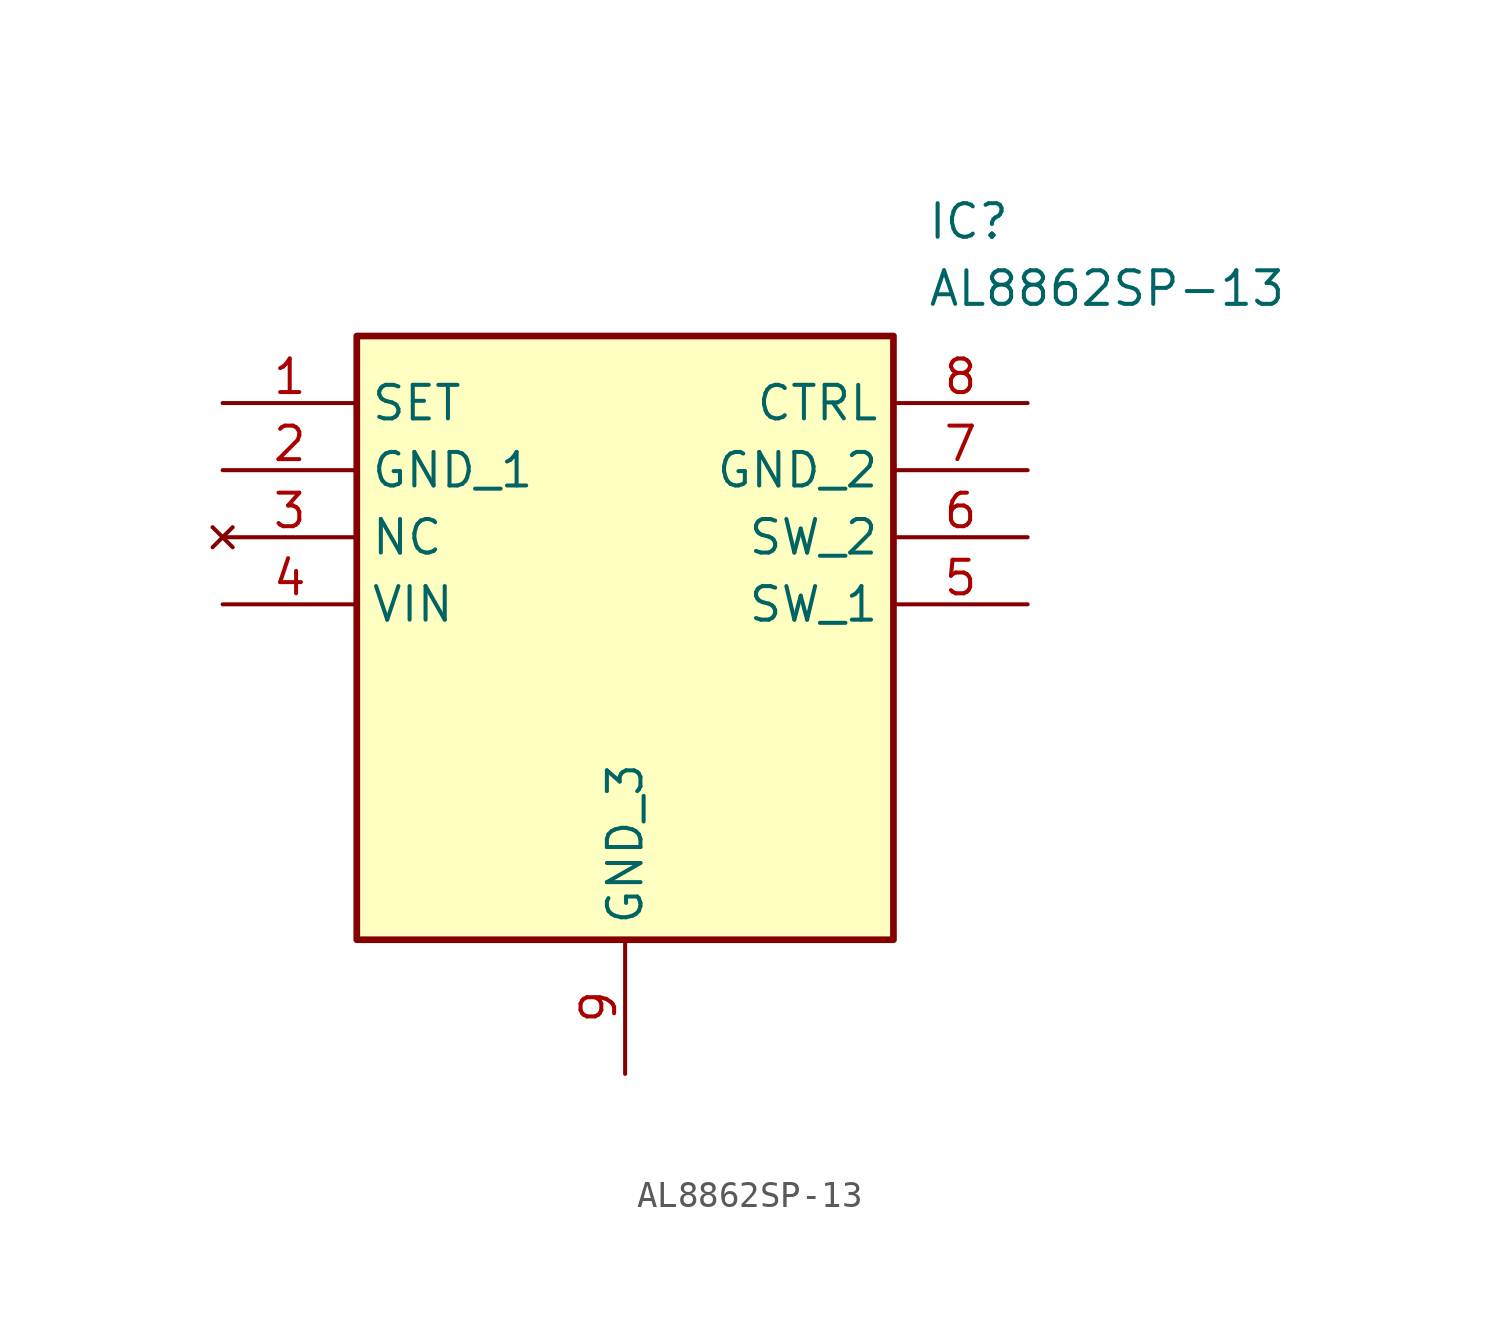
<source format=kicad_sym>
(kicad_symbol_lib
  (version 20211014)
  (generator SamacSys_ECAD_Model)
  (symbol "AL8862SP-13"
    (property "Reference" "IC"
      (at 26.67 7.62 0)
      (effects (font (size 1.27 1.27)) (justify left top)))
    (property "Value" "AL8862SP-13"
      (at 26.67 5.08 0)
      (effects (font (size 1.27 1.27)) (justify left top)))
    (rectangle
      (start 5.08 2.54)
      (end 25.4 -20.32)
      (stroke (width 0.254) (type default))
      (fill (type background)))
    (pin passive line
      (at 0 0 0)
      (length 5.08)
      (name "SET" (effects (font (size 1.27 1.27))))
      (number "1" (effects (font (size 1.27 1.27)))))
    (pin passive line
      (at 0 -2.54 0)
      (length 5.08)
      (name "GND_1" (effects (font (size 1.27 1.27))))
      (number "2" (effects (font (size 1.27 1.27)))))
    (pin no_connect line
      (at 0 -5.08 0)
      (length 5.08)
      (name "NC" (effects (font (size 1.27 1.27))))
      (number "3" (effects (font (size 1.27 1.27)))))
    (pin passive line
      (at 0 -7.62 0)
      (length 5.08)
      (name "VIN" (effects (font (size 1.27 1.27))))
      (number "4" (effects (font (size 1.27 1.27)))))
    (pin passive line
      (at 15.24 -25.4 90)
      (length 5.08)
      (name "GND_3" (effects (font (size 1.27 1.27))))
      (number "9" (effects (font (size 1.27 1.27)))))
    (pin passive line
      (at 30.48 0 180)
      (length 5.08)
      (name "CTRL" (effects (font (size 1.27 1.27))))
      (number "8" (effects (font (size 1.27 1.27)))))
    (pin passive line
      (at 30.48 -2.54 180)
      (length 5.08)
      (name "GND_2" (effects (font (size 1.27 1.27))))
      (number "7" (effects (font (size 1.27 1.27)))))
    (pin passive line
      (at 30.48 -5.08 180)
      (length 5.08)
      (name "SW_2" (effects (font (size 1.27 1.27))))
      (number "6" (effects (font (size 1.27 1.27)))))
    (pin passive line
      (at 30.48 -7.62 180)
      (length 5.08)
      (name "SW_1" (effects (font (size 1.27 1.27))))
      (number "5" (effects (font (size 1.27 1.27)))))))
</source>
